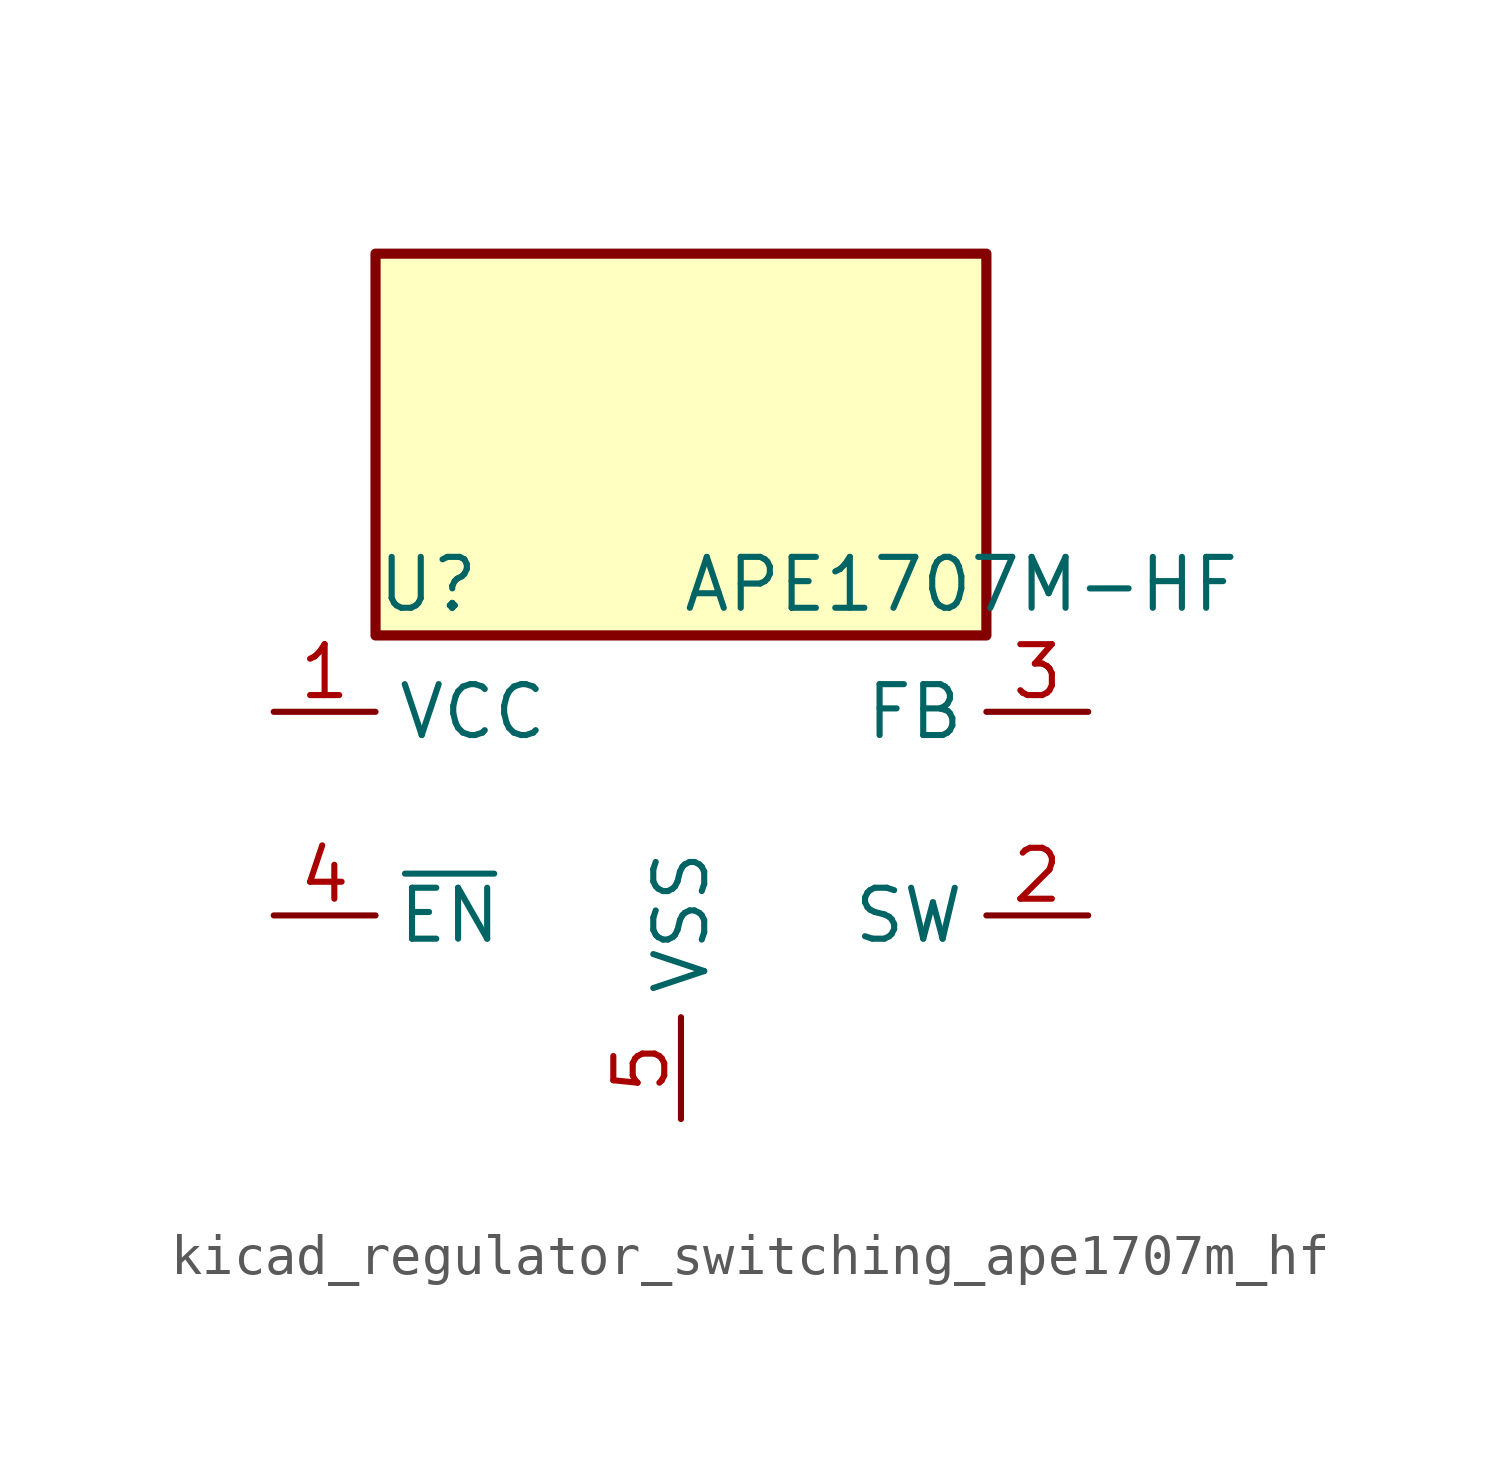
<source format=kicad_sym>
(kicad_symbol_lib
  (version 20220914)
  (generator kicad_symbol_editor)
  (symbol "kicad_regulator_switching_ape1707m_hf"
    (property "Reference" "U"
      (at -7.62 5.715 0)
      (effects (font (size 1.27 1.27)) (justify left)))
    (property "Value" "APE1707M-HF"
      (at 0 5.715 0)
      (effects (font (size 1.27 1.27)) (justify left)))
    (symbol "kicad_regulator_switching_ape1707m_hf_0_1"
      (rectangle (start 7.62 13.97) (end -7.62 4.445) (stroke (width 0.254) (type default)) (fill (type background))))
    (symbol "kicad_regulator_switching_ape1707m_hf_1_1"
      (pin power_in line (at -10.16 2.54 0) (length 2.54) (name "VCC" (effects (font (size 1.27 1.27)))) (number "1" (effects (font (size 1.27 1.27)))))
      (pin output line (at 10.16 -2.54 180) (length 2.54) (name "SW" (effects (font (size 1.27 1.27)))) (number "2" (effects (font (size 1.27 1.27)))))
      (pin input line (at 10.16 2.54 180) (length 2.54) (name "FB" (effects (font (size 1.27 1.27)))) (number "3" (effects (font (size 1.27 1.27)))))
      (pin input line (at -10.16 -2.54 0) (length 2.54) (name "~{EN}" (effects (font (size 1.27 1.27)))) (number "4" (effects (font (size 1.27 1.27)))))
      (pin power_in line (at 0 -7.62 90) (length 2.54) (name "VSS" (effects (font (size 1.27 1.27)))) (number "5" (effects (font (size 1.27 1.27)))))
      (pin passive line (at 0 -7.62 90) (length 2.54) hide (name "VSS" (effects (font (size 1.27 1.27)))) (number "6" (effects (font (size 1.27 1.27)))))
      (pin passive line (at 0 -7.62 90) (length 2.54) hide (name "VSS" (effects (font (size 1.27 1.27)))) (number "7" (effects (font (size 1.27 1.27)))))
      (pin passive line (at 0 -7.62 90) (length 2.54) hide (name "VSS" (effects (font (size 1.27 1.27)))) (number "8" (effects (font (size 1.27 1.27))))))))
</source>
